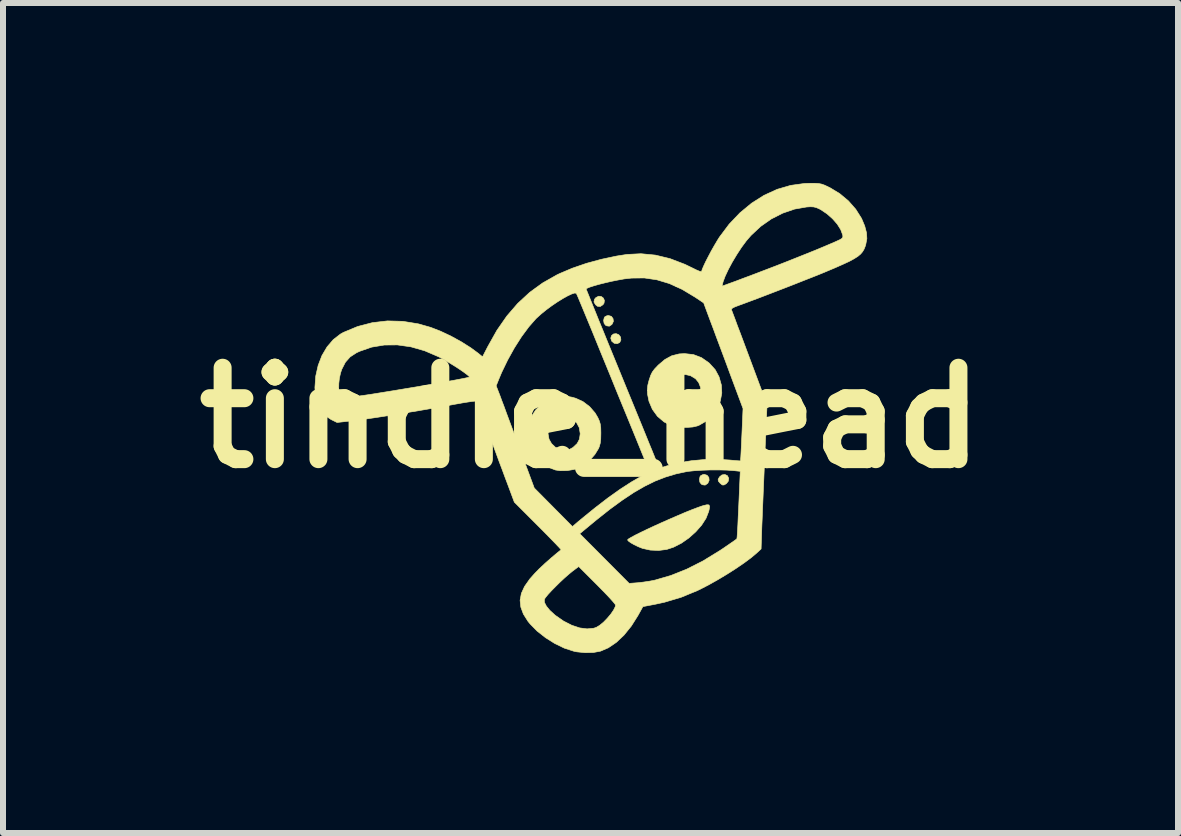
<source format=kicad_pcb>
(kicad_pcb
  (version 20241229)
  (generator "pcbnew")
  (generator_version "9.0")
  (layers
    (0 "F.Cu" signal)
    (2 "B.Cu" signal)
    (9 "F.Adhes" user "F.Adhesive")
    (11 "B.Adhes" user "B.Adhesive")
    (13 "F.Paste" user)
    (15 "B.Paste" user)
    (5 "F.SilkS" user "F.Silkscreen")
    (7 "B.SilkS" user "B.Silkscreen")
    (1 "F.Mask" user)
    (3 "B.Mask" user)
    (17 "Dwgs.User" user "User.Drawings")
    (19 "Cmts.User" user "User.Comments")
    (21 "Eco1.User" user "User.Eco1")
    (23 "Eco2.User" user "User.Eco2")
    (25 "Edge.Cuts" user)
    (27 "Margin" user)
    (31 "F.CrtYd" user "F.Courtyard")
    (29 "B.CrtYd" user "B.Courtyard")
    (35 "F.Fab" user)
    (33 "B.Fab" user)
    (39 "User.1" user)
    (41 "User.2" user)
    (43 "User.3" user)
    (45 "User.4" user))
  (footprint "tindie_head"
    (layer "F.Cu")
    (at 6.793 3.914)
    (property "Reference" "tindie_head" (at 0 0 0) (layer "F.SilkS") (effects (font (size 1.524 1.524) (thickness 0.3))))
    (attr through_hole)
    (fp_poly (pts (xy 0.179 -2.022) (xy 0.214 -1.996) (xy 0.231 -1.957) (xy 0.225 -1.911) (xy 0.208 -1.886) (xy 0.162 -1.855) (xy 0.116 -1.859) (xy 0.084 -1.884) (xy 0.057 -1.931) (xy 0.066 -1.976) (xy 0.09 -2.004) (xy 0.136 -2.027) (xy 0.179 -2.022)) (stroke (width 0.01) (type solid)) (fill yes) (layer "F.SilkS"))
    (fp_poly (pts (xy 0.471 -1.385) (xy 0.501 -1.345) (xy 0.506 -1.297) (xy 0.486 -1.255) (xy 0.443 -1.235) (xy 0.395 -1.242) (xy 0.354 -1.276) (xy 0.353 -1.278) (xy 0.337 -1.327) (xy 0.349 -1.369) (xy 0.382 -1.397) (xy 0.427 -1.403) (xy 0.471 -1.385)) (stroke (width 0.01) (type solid)) (fill yes) (layer "F.SilkS"))
    (fp_poly (pts (xy 0.347 -1.691) (xy 0.375 -1.654) (xy 0.381 -1.607) (xy 0.359 -1.56) (xy 0.352 -1.553) (xy 0.313 -1.527) (xy 0.27 -1.533) (xy 0.249 -1.544) (xy 0.226 -1.576) (xy 0.218 -1.623) (xy 0.229 -1.669) (xy 0.239 -1.684) (xy 0.275 -1.702) (xy 0.299 -1.705) (xy 0.347 -1.691)) (stroke (width 0.01) (type solid)) (fill yes) (layer "F.SilkS"))
    (fp_poly (pts (xy 1.943 0.958) (xy 1.972 0.995) (xy 1.977 1.042) (xy 1.956 1.089) (xy 1.949 1.096) (xy 1.91 1.122) (xy 1.866 1.116) (xy 1.846 1.105) (xy 1.822 1.073) (xy 1.815 1.026) (xy 1.825 0.98) (xy 1.836 0.965) (xy 1.871 0.947) (xy 1.896 0.943) (xy 1.943 0.958)) (stroke (width 0.01) (type solid)) (fill yes) (layer "F.SilkS"))
    (fp_poly (pts (xy 2.282 0.965) (xy 2.303 1.008) (xy 2.296 1.057) (xy 2.264 1.097) (xy 2.224 1.12) (xy 2.195 1.119) (xy 2.161 1.091) (xy 2.159 1.089) (xy 2.13 1.054) (xy 2.127 1.025) (xy 2.149 0.987) (xy 2.151 0.984) (xy 2.191 0.952) (xy 2.24 0.945) (xy 2.282 0.965)) (stroke (width 0.01) (type solid)) (fill yes) (layer "F.SilkS"))
    (fp_poly (pts (xy 1.974 1.452) (xy 1.985 1.477) (xy 1.977 1.53) (xy 1.969 1.562) (xy 1.925 1.675) (xy 1.851 1.79) (xy 1.753 1.901) (xy 1.639 2.003) (xy 1.514 2.09) (xy 1.385 2.156) (xy 1.27 2.194) (xy 1.136 2.211) (xy 0.996 2.205) (xy 0.869 2.177) (xy 0.865 2.176) (xy 0.795 2.148) (xy 0.727 2.115) (xy 0.669 2.082) (xy 0.63 2.053) (xy 0.617 2.035) (xy 0.633 2.019) (xy 0.678 1.992) (xy 0.748 1.954) (xy 0.839 1.909) (xy 0.945 1.858) (xy 1.063 1.803) (xy 1.189 1.746) (xy 1.318 1.689) (xy 1.445 1.634) (xy 1.566 1.582) (xy 1.677 1.537) (xy 1.774 1.5) (xy 1.852 1.472) (xy 1.881 1.463) (xy 1.941 1.449) (xy 1.974 1.452)) (stroke (width 0.01) (type solid)) (fill yes) (layer "F.SilkS"))
    (fp_poly (pts (xy 1.715 -1.054) (xy 1.849 -1.003) (xy 1.971 -0.918) (xy 1.982 -0.908) (xy 2.078 -0.802) (xy 2.142 -0.683) (xy 2.181 -0.546) (xy 2.188 -0.412) (xy 2.163 -0.279) (xy 2.109 -0.153) (xy 2.03 -0.04) (xy 1.93 0.054) (xy 1.811 0.123) (xy 1.778 0.136) (xy 1.705 0.153) (xy 1.611 0.16) (xy 1.512 0.16) (xy 1.421 0.151) (xy 1.356 0.136) (xy 1.226 0.069) (xy 1.116 -0.024) (xy 1.031 -0.141) (xy 0.974 -0.276) (xy 0.95 -0.395) (xy 0.947 -0.456) (xy 1.294 -0.456) (xy 1.313 -0.363) (xy 1.327 -0.332) (xy 1.385 -0.253) (xy 1.463 -0.202) (xy 1.552 -0.181) (xy 1.648 -0.192) (xy 1.698 -0.211) (xy 1.77 -0.263) (xy 1.817 -0.335) (xy 1.839 -0.418) (xy 1.835 -0.505) (xy 1.803 -0.587) (xy 1.751 -0.651) (xy 1.667 -0.702) (xy 1.577 -0.722) (xy 1.486 -0.709) (xy 1.403 -0.664) (xy 1.364 -0.627) (xy 1.311 -0.544) (xy 1.294 -0.456) (xy 0.947 -0.456) (xy 0.947 -0.472) (xy 0.955 -0.546) (xy 0.978 -0.635) (xy 0.979 -0.636) (xy 1.003 -0.708) (xy 1.03 -0.763) (xy 1.068 -0.814) (xy 1.125 -0.874) (xy 1.131 -0.88) (xy 1.241 -0.973) (xy 1.354 -1.034) (xy 1.477 -1.065) (xy 1.569 -1.07) (xy 1.715 -1.054)) (stroke (width 0.01) (type solid)) (fill yes) (layer "F.SilkS"))
    (fp_poly (pts (xy -0.307 -0.343) (xy -0.248 -0.326) (xy -0.127 -0.271) (xy -0.016 -0.187) (xy 0.076 -0.081) (xy 0.122 -0.003) (xy 0.147 0.053) (xy 0.162 0.104) (xy 0.17 0.163) (xy 0.172 0.241) (xy 0.172 0.263) (xy 0.17 0.355) (xy 0.162 0.423) (xy 0.146 0.48) (xy 0.133 0.512) (xy 0.073 0.61) (xy -0.009 0.704) (xy -0.103 0.783) (xy -0.176 0.826) (xy -0.276 0.861) (xy -0.391 0.88) (xy -0.505 0.882) (xy -0.585 0.87) (xy -0.717 0.819) (xy -0.837 0.738) (xy -0.937 0.634) (xy -0.999 0.535) (xy -1.02 0.486) (xy -1.033 0.439) (xy -1.04 0.382) (xy -1.043 0.304) (xy -1.043 0.266) (xy -0.708 0.266) (xy -0.692 0.355) (xy -0.65 0.43) (xy -0.588 0.489) (xy -0.513 0.526) (xy -0.431 0.54) (xy -0.35 0.526) (xy -0.293 0.495) (xy -0.223 0.429) (xy -0.185 0.357) (xy -0.172 0.268) (xy -0.172 0.263) (xy -0.188 0.164) (xy -0.231 0.084) (xy -0.299 0.027) (xy -0.386 -0.003) (xy -0.432 -0.007) (xy -0.532 0.009) (xy -0.613 0.054) (xy -0.671 0.123) (xy -0.703 0.213) (xy -0.708 0.266) (xy -1.043 0.266) (xy -1.043 0.263) (xy -1.042 0.174) (xy -1.037 0.111) (xy -1.027 0.063) (xy -1.01 0.02) (xy -1 0) (xy -0.914 -0.131) (xy -0.813 -0.231) (xy -0.694 -0.302) (xy -0.595 -0.337) (xy -0.494 -0.357) (xy -0.403 -0.36) (xy -0.307 -0.343)) (stroke (width 0.01) (type solid)) (fill yes) (layer "F.SilkS"))
    (fp_poly (pts (xy 3.742 -3.909) (xy 3.803 -3.905) (xy 3.853 -3.895) (xy 3.903 -3.877) (xy 3.968 -3.846) (xy 3.993 -3.834) (xy 4.153 -3.737) (xy 4.298 -3.616) (xy 4.421 -3.476) (xy 4.517 -3.324) (xy 4.57 -3.198) (xy 4.6 -3.084) (xy 4.606 -2.985) (xy 4.587 -2.886) (xy 4.579 -2.86) (xy 4.56 -2.812) (xy 4.535 -2.769) (xy 4.502 -2.73) (xy 4.456 -2.691) (xy 4.393 -2.651) (xy 4.312 -2.607) (xy 4.206 -2.558) (xy 4.075 -2.5) (xy 3.913 -2.432) (xy 3.907 -2.429) (xy 3.814 -2.391) (xy 3.696 -2.344) (xy 3.558 -2.29) (xy 3.407 -2.23) (xy 3.248 -2.168) (xy 3.087 -2.106) (xy 2.931 -2.046) (xy 2.785 -1.99) (xy 2.656 -1.942) (xy 2.549 -1.902) (xy 2.48 -1.877) (xy 2.409 -1.85) (xy 2.367 -1.83) (xy 2.35 -1.812) (xy 2.35 -1.798) (xy 2.359 -1.775) (xy 2.379 -1.722) (xy 2.409 -1.643) (xy 2.447 -1.539) (xy 2.494 -1.416) (xy 2.546 -1.277) (xy 2.603 -1.124) (xy 2.652 -0.993) (xy 2.942 -0.216) (xy 2.904 0.649) (xy 2.896 0.838) (xy 2.888 1.027) (xy 2.88 1.212) (xy 2.873 1.387) (xy 2.866 1.545) (xy 2.861 1.683) (xy 2.856 1.794) (xy 2.854 1.851) (xy 2.843 2.186) (xy 2.768 2.255) (xy 2.678 2.331) (xy 2.561 2.418) (xy 2.425 2.511) (xy 2.276 2.606) (xy 2.123 2.698) (xy 1.97 2.784) (xy 1.827 2.858) (xy 1.781 2.88) (xy 1.509 2.992) (xy 1.233 3.074) (xy 1.082 3.107) (xy 0.873 3.147) (xy 0.791 3.295) (xy 0.68 3.471) (xy 0.559 3.621) (xy 0.43 3.743) (xy 0.296 3.834) (xy 0.165 3.89) (xy 0.046 3.912) (xy -0.09 3.915) (xy -0.229 3.901) (xy -0.281 3.89) (xy -0.437 3.839) (xy -0.596 3.762) (xy -0.75 3.665) (xy -0.89 3.555) (xy -1.006 3.437) (xy -1.043 3.392) (xy -1.119 3.271) (xy -1.162 3.155) (xy -1.174 3.042) (xy -1.171 3.027) (xy -0.77 3.027) (xy -0.768 3.077) (xy -0.736 3.139) (xy -0.678 3.21) (xy -0.596 3.285) (xy -0.585 3.294) (xy -0.45 3.388) (xy -0.313 3.458) (xy -0.181 3.502) (xy -0.057 3.518) (xy 0.055 3.507) (xy 0.098 3.492) (xy 0.153 3.459) (xy 0.216 3.407) (xy 0.279 3.342) (xy 0.338 3.272) (xy 0.384 3.205) (xy 0.412 3.149) (xy 0.417 3.121) (xy 0.405 3.101) (xy 0.37 3.059) (xy 0.317 3) (xy 0.248 2.927) (xy 0.167 2.844) (xy 0.11 2.786) (xy -0.197 2.479) (xy -0.303 2.558) (xy -0.362 2.607) (xy -0.433 2.669) (xy -0.508 2.739) (xy -0.582 2.812) (xy -0.651 2.882) (xy -0.709 2.945) (xy -0.75 2.995) (xy -0.77 3.026) (xy -0.77 3.027) (xy -1.171 3.027) (xy -1.153 2.927) (xy -1.099 2.81) (xy -1.011 2.685) (xy -0.931 2.595) (xy -0.854 2.516) (xy -0.759 2.427) (xy -0.657 2.337) (xy -0.56 2.255) (xy -0.491 2.2) (xy -0.501 2.186) (xy -0.534 2.15) (xy -0.587 2.094) (xy -0.656 2.023) (xy -0.739 1.938) (xy -0.745 1.932) (xy -0.18 1.932) (xy 0.232 2.346) (xy 0.644 2.76) (xy 0.789 2.749) (xy 0.884 2.738) (xy 0.99 2.722) (xy 1.079 2.704) (xy 1.34 2.628) (xy 1.603 2.523) (xy 1.872 2.387) (xy 2.148 2.218) (xy 2.191 2.19) (xy 2.273 2.134) (xy 2.344 2.085) (xy 2.399 2.047) (xy 2.432 2.023) (xy 2.439 2.016) (xy 2.441 2.005) (xy 2.444 1.978) (xy 2.447 1.933) (xy 2.451 1.866) (xy 2.456 1.777) (xy 2.461 1.661) (xy 2.468 1.518) (xy 2.476 1.344) (xy 2.485 1.138) (xy 2.491 1.004) (xy 2.496 0.892) (xy 2.383 0.88) (xy 2.273 0.872) (xy 2.142 0.869) (xy 2.001 0.869) (xy 1.861 0.874) (xy 1.732 0.882) (xy 1.626 0.893) (xy 1.601 0.897) (xy 1.424 0.935) (xy 1.251 0.987) (xy 1.078 1.054) (xy 0.903 1.14) (xy 0.721 1.245) (xy 0.529 1.373) (xy 0.322 1.524) (xy 0.098 1.702) (xy 0.035 1.754) (xy -0.18 1.932) (xy -0.745 1.932) (xy -0.832 1.844) (xy -0.876 1.8) (xy -1.27 1.406) (xy -1.358 1.17) (xy -1.386 1.095) (xy -1.425 0.992) (xy -1.471 0.867) (xy -1.524 0.727) (xy -1.579 0.577) (xy -1.636 0.424) (xy -1.669 0.336) (xy -1.721 0.196) (xy -1.77 0.067) (xy -1.813 -0.047) (xy -1.85 -0.142) (xy -1.878 -0.215) (xy -1.897 -0.261) (xy -1.904 -0.277) (xy -1.925 -0.278) (xy -1.975 -0.273) (xy -2.05 -0.262) (xy -2.143 -0.247) (xy -2.249 -0.228) (xy -2.254 -0.227) (xy -2.45 -0.192) (xy -2.655 -0.155) (xy -2.864 -0.119) (xy -3.071 -0.085) (xy -3.273 -0.052) (xy -3.462 -0.022) (xy -3.634 0.004) (xy -3.783 0.026) (xy -3.904 0.042) (xy -3.95 0.047) (xy -4.225 0.078) (xy -4.326 0.028) (xy -4.429 -0.041) (xy -4.507 -0.137) (xy -4.56 -0.259) (xy -4.589 -0.406) (xy -4.593 -0.487) (xy -4.198 -0.487) (xy -4.192 -0.414) (xy -4.178 -0.359) (xy -4.156 -0.33) (xy -4.145 -0.327) (xy -4.118 -0.329) (xy -4.063 -0.336) (xy -3.985 -0.346) (xy -3.893 -0.358) (xy -3.851 -0.364) (xy -3.752 -0.378) (xy -3.632 -0.396) (xy -3.496 -0.418) (xy -3.347 -0.442) (xy -3.19 -0.468) (xy -3.027 -0.495) (xy -2.864 -0.522) (xy -2.806 -0.533) (xy -1.573 -0.533) (xy -1.524 -0.407) (xy -1.507 -0.363) (xy -1.48 -0.289) (xy -1.442 -0.19) (xy -1.398 -0.069) (xy -1.347 0.068) (xy -1.291 0.217) (xy -1.233 0.374) (xy -1.207 0.445) (xy -0.938 1.17) (xy -0.62 1.491) (xy -0.301 1.813) (xy -0.21 1.734) (xy -0.161 1.694) (xy -0.092 1.637) (xy -0.012 1.572) (xy 0.072 1.504) (xy 0.091 1.489) (xy 0.295 1.332) (xy 0.495 1.19) (xy 0.684 1.068) (xy 0.822 0.989) (xy 0.895 0.948) (xy 0.941 0.919) (xy 0.965 0.897) (xy 0.971 0.878) (xy 0.97 0.867) (xy 0.96 0.843) (xy 0.939 0.789) (xy 0.907 0.709) (xy 0.865 0.607) (xy 0.816 0.486) (xy 0.761 0.351) (xy 0.701 0.204) (xy 0.678 0.148) (xy 0.606 -0.028) (xy 0.523 -0.229) (xy 0.434 -0.446) (xy 0.343 -0.671) (xy 0.252 -0.893) (xy 0.165 -1.105) (xy 0.087 -1.297) (xy 0.087 -1.297) (xy 0.023 -1.454) (xy -0.038 -1.601) (xy -0.093 -1.734) (xy -0.141 -1.85) (xy -0.181 -1.946) (xy -0.211 -2.018) (xy -0.231 -2.062) (xy -0.237 -2.075) (xy -0.264 -2.08) (xy -0.314 -2.064) (xy -0.382 -2.032) (xy -0.463 -1.987) (xy -0.553 -1.931) (xy -0.646 -1.868) (xy -0.738 -1.8) (xy -0.823 -1.731) (xy -0.896 -1.665) (xy -0.909 -1.653) (xy -1.029 -1.516) (xy -1.151 -1.351) (xy -1.27 -1.164) (xy -1.382 -0.962) (xy -1.483 -0.753) (xy -1.529 -0.643) (xy -1.573 -0.533) (xy -2.806 -0.533) (xy -2.705 -0.55) (xy -2.553 -0.576) (xy -2.412 -0.601) (xy -2.286 -0.624) (xy -2.18 -0.644) (xy -2.098 -0.66) (xy -2.043 -0.672) (xy -2.019 -0.678) (xy -2.019 -0.679) (xy -2.027 -0.693) (xy -2.062 -0.723) (xy -2.116 -0.763) (xy -2.186 -0.811) (xy -2.266 -0.863) (xy -2.349 -0.914) (xy -2.431 -0.963) (xy -2.506 -1.004) (xy -2.531 -1.017) (xy -2.764 -1.117) (xy -2.994 -1.183) (xy -3.22 -1.215) (xy -3.438 -1.213) (xy -3.649 -1.178) (xy -3.85 -1.108) (xy -3.901 -1.084) (xy -4.006 -1.016) (xy -4.086 -0.926) (xy -4.146 -0.809) (xy -4.167 -0.746) (xy -4.186 -0.661) (xy -4.196 -0.572) (xy -4.198 -0.487) (xy -4.593 -0.487) (xy -4.594 -0.508) (xy -4.58 -0.696) (xy -4.54 -0.873) (xy -4.477 -1.037) (xy -4.392 -1.181) (xy -4.288 -1.303) (xy -4.168 -1.396) (xy -4.12 -1.423) (xy -3.882 -1.522) (xy -3.636 -1.586) (xy -3.385 -1.615) (xy -3.128 -1.608) (xy -2.87 -1.566) (xy -2.666 -1.508) (xy -2.501 -1.444) (xy -2.327 -1.362) (xy -2.154 -1.267) (xy -1.996 -1.167) (xy -1.875 -1.078) (xy -1.8 -1.017) (xy -1.714 -1.184) (xy -1.561 -1.457) (xy -1.395 -1.696) (xy -1.214 -1.906) (xy -1.016 -2.089) (xy -0.938 -2.146) (xy -0.073 -2.146) (xy -0.066 -2.128) (xy -0.046 -2.079) (xy -0.015 -2.002) (xy 0.027 -1.898) (xy 0.079 -1.77) (xy 0.139 -1.621) (xy 0.208 -1.454) (xy 0.283 -1.269) (xy 0.364 -1.071) (xy 0.45 -0.861) (xy 0.519 -0.692) (xy 0.608 -0.474) (xy 0.694 -0.265) (xy 0.775 -0.067) (xy 0.85 0.116) (xy 0.918 0.283) (xy 0.978 0.431) (xy 1.03 0.557) (xy 1.071 0.659) (xy 1.102 0.734) (xy 1.121 0.78) (xy 1.126 0.794) (xy 1.136 0.817) (xy 1.149 0.829) (xy 1.172 0.83) (xy 1.213 0.82) (xy 1.28 0.799) (xy 1.288 0.797) (xy 1.475 0.749) (xy 1.685 0.715) (xy 1.905 0.695) (xy 2.125 0.692) (xy 2.322 0.704) (xy 2.397 0.711) (xy 2.456 0.716) (xy 2.492 0.718) (xy 2.499 0.718) (xy 2.501 0.699) (xy 2.505 0.649) (xy 2.509 0.573) (xy 2.514 0.476) (xy 2.519 0.363) (xy 2.523 0.28) (xy 2.542 -0.154) (xy 2.322 -0.744) (xy 2.265 -0.899) (xy 2.206 -1.057) (xy 2.148 -1.212) (xy 2.094 -1.356) (xy 2.047 -1.484) (xy 2.008 -1.587) (xy 1.994 -1.624) (xy 1.886 -1.915) (xy 1.746 -2.009) (xy 1.528 -2.14) (xy 1.41 -2.194) (xy 2.191 -2.194) (xy 2.361 -2.256) (xy 2.43 -2.281) (xy 2.524 -2.317) (xy 2.637 -2.359) (xy 2.759 -2.405) (xy 2.884 -2.453) (xy 2.921 -2.467) (xy 3.088 -2.531) (xy 3.262 -2.599) (xy 3.435 -2.668) (xy 3.603 -2.735) (xy 3.759 -2.798) (xy 3.898 -2.856) (xy 4.013 -2.905) (xy 4.089 -2.938) (xy 4.152 -2.967) (xy 4.188 -2.988) (xy 4.204 -3.007) (xy 4.206 -3.03) (xy 4.202 -3.051) (xy 4.17 -3.137) (xy 4.112 -3.229) (xy 4.033 -3.319) (xy 3.94 -3.401) (xy 3.839 -3.468) (xy 3.82 -3.479) (xy 3.766 -3.503) (xy 3.72 -3.515) (xy 3.665 -3.518) (xy 3.601 -3.514) (xy 3.401 -3.479) (xy 3.203 -3.411) (xy 3.012 -3.314) (xy 2.834 -3.189) (xy 2.674 -3.039) (xy 2.597 -2.95) (xy 2.517 -2.842) (xy 2.438 -2.721) (xy 2.363 -2.596) (xy 2.297 -2.473) (xy 2.244 -2.36) (xy 2.209 -2.266) (xy 2.204 -2.245) (xy 2.191 -2.194) (xy 1.41 -2.194) (xy 1.316 -2.237) (xy 1.107 -2.3) (xy 0.898 -2.331) (xy 0.685 -2.329) (xy 0.56 -2.315) (xy 0.455 -2.296) (xy 0.346 -2.274) (xy 0.239 -2.249) (xy 0.139 -2.224) (xy 0.052 -2.199) (xy -0.016 -2.177) (xy -0.06 -2.158) (xy -0.073 -2.146) (xy -0.938 -2.146) (xy -0.799 -2.247) (xy -0.559 -2.383) (xy -0.515 -2.404) (xy -0.305 -2.493) (xy -0.07 -2.574) (xy 0.18 -2.642) (xy 0.434 -2.696) (xy 0.607 -2.723) (xy 0.841 -2.735) (xy 1.081 -2.712) (xy 1.325 -2.653) (xy 1.573 -2.558) (xy 1.701 -2.496) (xy 1.766 -2.464) (xy 1.816 -2.443) (xy 1.846 -2.436) (xy 1.851 -2.438) (xy 1.86 -2.47) (xy 1.884 -2.527) (xy 1.919 -2.602) (xy 1.964 -2.689) (xy 2.012 -2.78) (xy 2.063 -2.87) (xy 2.112 -2.953) (xy 2.149 -3.012) (xy 2.311 -3.228) (xy 2.491 -3.417) (xy 2.686 -3.578) (xy 2.893 -3.709) (xy 3.11 -3.808) (xy 3.336 -3.874) (xy 3.567 -3.906) (xy 3.657 -3.909) (xy 3.742 -3.909)) (stroke (width 0.01) (type solid)) (fill yes) (layer "F.SilkS")))
  (gr_rect
    (start -3 -3)
    (end 16.585 10.835)
    (stroke (width 0.1) (type default))
    (fill no)
    (layer "Edge.Cuts")))
</source>
